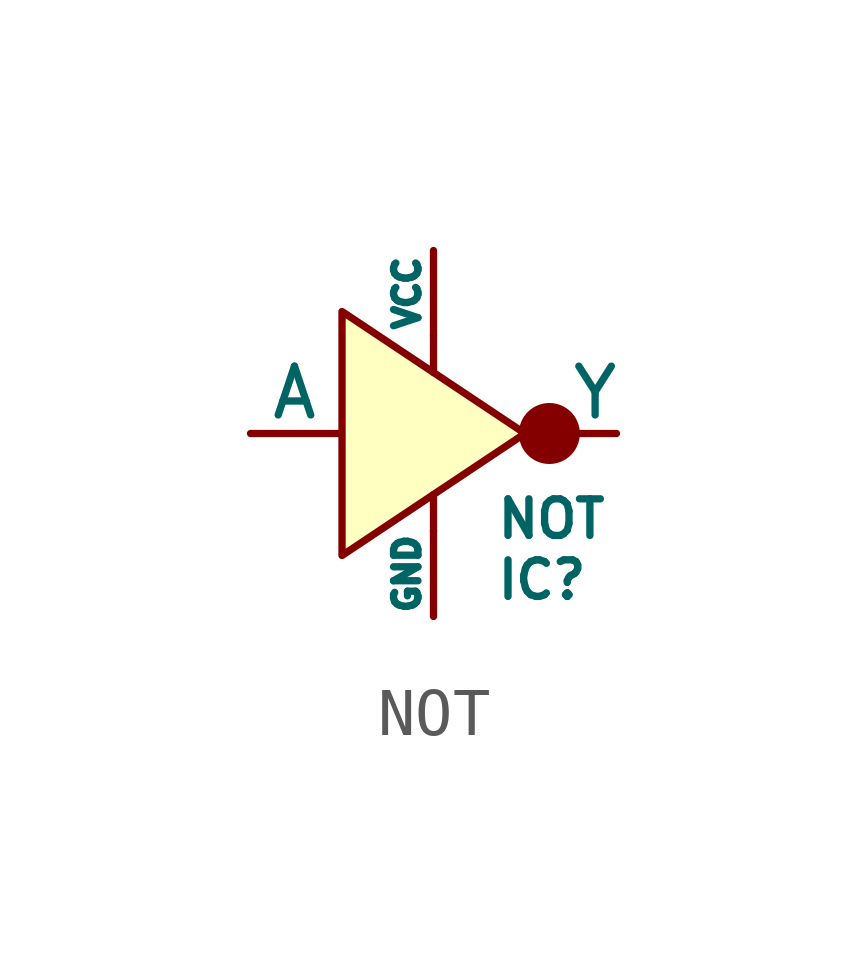
<source format=kicad_sym>
(kicad_symbol_lib
  (version 20231120)
  (generator "kicad_symbol_editor")
  (generator_version "8.0")
  (symbol "NOT"
    (pin_numbers hide)
    (pin_names
      (offset 0))
    (property "Reference" "IC"
      (at 1.27 -3.048 0)
      (effects (font (size 0.762 0.762)) (justify left)))
    (property "Value" "NOT"
      (at 1.27 -1.778 0)
      (effects (font (size 0.762 0.762) (bold yes)) (justify left)))
    (symbol "NOT_0_1"
      (polyline (pts (xy 0 -2.032) (xy 0 -1.27)) (stroke (width 0) (type solid)) (fill (type none)))
      (polyline (pts (xy 0 2.032) (xy 0 1.27)) (stroke (width 0) (type solid)) (fill (type none)))
      (polyline (pts (xy -1.905 -2.54) (xy -1.905 2.54) (xy 1.905 0) (xy -1.905 -2.54)) (stroke (width 0) (type solid)) (fill (type background)))
      (circle (center 2.413 0) (radius 0.559) (stroke (width 0) (type solid)) (fill (type outline))))
    (symbol "NOT_1_1"
      (pin input line (at -3.81 0 0) (length 1.829) (name "A" (effects (font (size 1.016 1.016)))) (number "1,6" (effects (font (size 0.762 0.762)))))
      (pin power_in line (at 0 -3.81 90) (length 1.778) (name "GND" (effects (font (size 0.508 0.508)))) (number "2" (effects (font (size 0.762 0.762)))))
      (pin power_in line (at 0 3.81 270) (length 1.778) (name "VCC" (effects (font (size 0.508 0.508)))) (number "3,5" (effects (font (size 0.762 0.762)))))
      (pin input line (at 3.81 0 180) (length 0.889) (name "Y" (effects (font (size 1.016 1.016)))) (number "4" (effects (font (size 0.762 0.762))))))))
</source>
